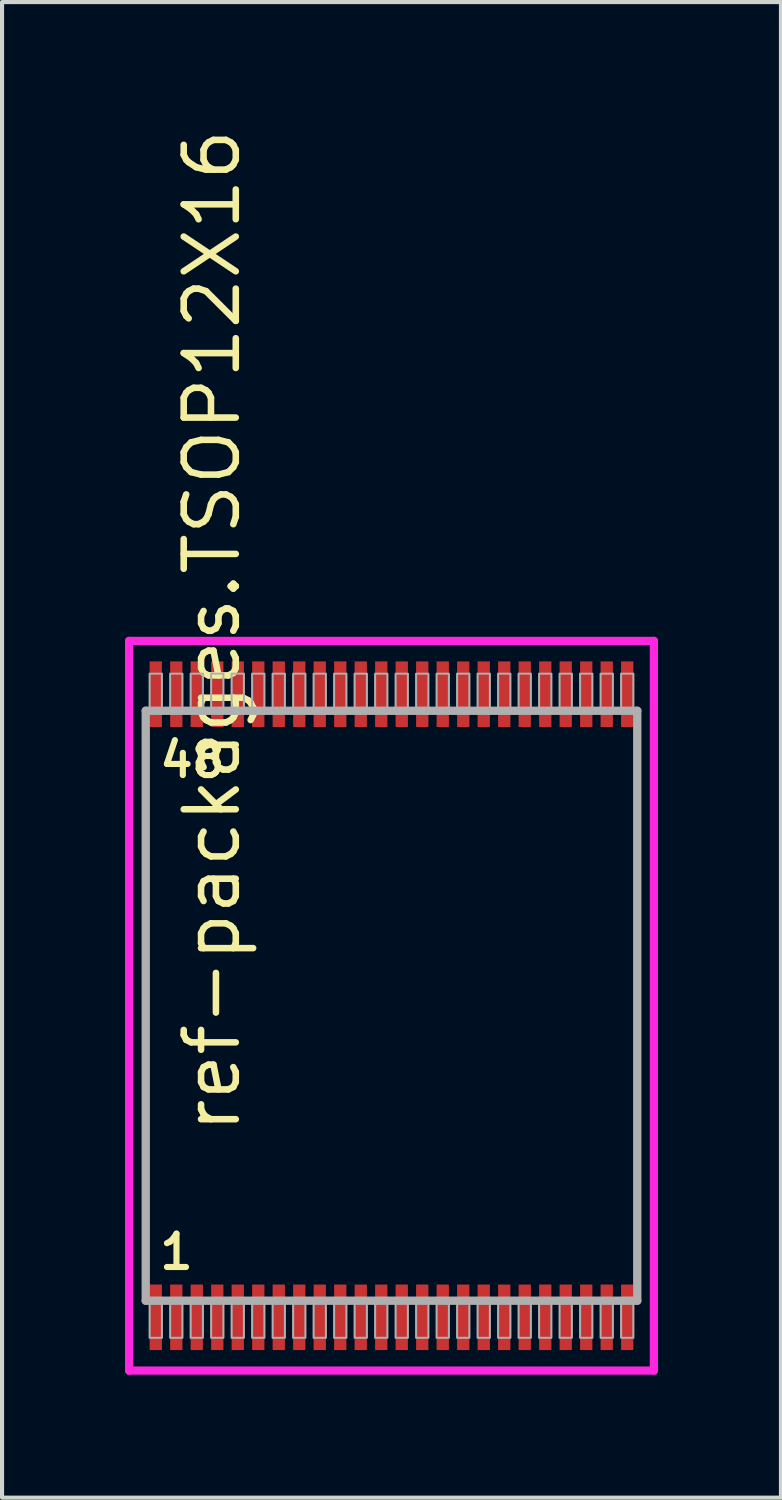
<source format=kicad_pcb>
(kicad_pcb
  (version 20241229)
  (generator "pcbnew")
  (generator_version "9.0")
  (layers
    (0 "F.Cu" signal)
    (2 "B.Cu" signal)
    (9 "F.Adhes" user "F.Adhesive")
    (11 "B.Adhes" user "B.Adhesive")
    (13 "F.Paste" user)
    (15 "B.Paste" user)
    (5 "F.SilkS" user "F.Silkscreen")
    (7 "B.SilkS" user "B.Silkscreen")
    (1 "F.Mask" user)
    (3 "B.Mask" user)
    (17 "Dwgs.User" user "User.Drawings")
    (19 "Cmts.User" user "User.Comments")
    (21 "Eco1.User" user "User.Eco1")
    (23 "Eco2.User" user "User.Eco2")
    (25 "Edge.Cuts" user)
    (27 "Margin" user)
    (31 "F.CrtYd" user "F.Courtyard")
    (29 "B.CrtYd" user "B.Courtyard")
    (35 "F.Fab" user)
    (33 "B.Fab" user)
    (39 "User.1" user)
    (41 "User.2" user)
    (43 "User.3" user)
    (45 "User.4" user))
  (footprint "ref-packages.TSOP12X16"
    (layer "F.Cu")
    (at 6.5 21.483)
    (property "Reference" "ref-packages.TSOP12X16" (at -3.635 3.175 90) (layer "F.SilkS") (effects (font (size 1.27 1.27) (thickness 0.16)) (justify left bottom)))
    (attr smd)
    (fp_line (start -6.4 -8.9) (end 6.4 -8.9) (stroke (width 0.2) (type default)) (layer "F.CrtYd"))
    (fp_line (start -6.4 8.9) (end -6.4 -8.9) (stroke (width 0.2) (type default)) (layer "F.CrtYd"))
    (fp_line (start 6.4 -8.9) (end 6.4 8.9) (stroke (width 0.2) (type default)) (layer "F.CrtYd"))
    (fp_line (start 6.4 8.9) (end -6.4 8.9) (stroke (width 0.2) (type default)) (layer "F.CrtYd"))
    (fp_line (start -5.995 -7.195) (end 5.995 -7.195) (stroke (width 0.203) (type default)) (layer "F.Fab"))
    (fp_line (start -5.995 7.195) (end -5.995 -7.195) (stroke (width 0.203) (type default)) (layer "F.Fab"))
    (fp_line (start 5.995 -7.195) (end 5.995 7.195) (stroke (width 0.203) (type default)) (layer "F.Fab"))
    (fp_line (start 5.995 7.195) (end -5.995 7.195) (stroke (width 0.203) (type default)) (layer "F.Fab"))
    (fp_rect (start -5.9 -7.25) (end -5.6 -8.1) (stroke (width 0.05) (type default)) (fill no) (layer "F.Fab"))
    (fp_rect (start -5.9 8.1) (end -5.6 7.25) (stroke (width 0.05) (type default)) (fill no) (layer "F.Fab"))
    (fp_rect (start -5.4 -7.25) (end -5.1 -8.1) (stroke (width 0.05) (type default)) (fill no) (layer "F.Fab"))
    (fp_rect (start -5.4 8.1) (end -5.1 7.25) (stroke (width 0.05) (type default)) (fill no) (layer "F.Fab"))
    (fp_rect (start -4.9 -7.25) (end -4.6 -8.1) (stroke (width 0.05) (type default)) (fill no) (layer "F.Fab"))
    (fp_rect (start -4.9 8.1) (end -4.6 7.25) (stroke (width 0.05) (type default)) (fill no) (layer "F.Fab"))
    (fp_rect (start -4.4 -7.25) (end -4.1 -8.1) (stroke (width 0.05) (type default)) (fill no) (layer "F.Fab"))
    (fp_rect (start -4.4 8.1) (end -4.1 7.25) (stroke (width 0.05) (type default)) (fill no) (layer "F.Fab"))
    (fp_rect (start -3.9 -7.25) (end -3.6 -8.1) (stroke (width 0.05) (type default)) (fill no) (layer "F.Fab"))
    (fp_rect (start -3.9 8.1) (end -3.6 7.25) (stroke (width 0.05) (type default)) (fill no) (layer "F.Fab"))
    (fp_rect (start -3.4 -7.25) (end -3.1 -8.1) (stroke (width 0.05) (type default)) (fill no) (layer "F.Fab"))
    (fp_rect (start -3.4 8.1) (end -3.1 7.25) (stroke (width 0.05) (type default)) (fill no) (layer "F.Fab"))
    (fp_rect (start -2.9 -7.25) (end -2.6 -8.1) (stroke (width 0.05) (type default)) (fill no) (layer "F.Fab"))
    (fp_rect (start -2.9 8.1) (end -2.6 7.25) (stroke (width 0.05) (type default)) (fill no) (layer "F.Fab"))
    (fp_rect (start -2.4 -7.25) (end -2.1 -8.1) (stroke (width 0.05) (type default)) (fill no) (layer "F.Fab"))
    (fp_rect (start -2.4 8.1) (end -2.1 7.25) (stroke (width 0.05) (type default)) (fill no) (layer "F.Fab"))
    (fp_rect (start -1.9 -7.25) (end -1.6 -8.1) (stroke (width 0.05) (type default)) (fill no) (layer "F.Fab"))
    (fp_rect (start -1.9 8.1) (end -1.6 7.25) (stroke (width 0.05) (type default)) (fill no) (layer "F.Fab"))
    (fp_rect (start -1.4 -7.25) (end -1.1 -8.1) (stroke (width 0.05) (type default)) (fill no) (layer "F.Fab"))
    (fp_rect (start -1.4 8.1) (end -1.1 7.25) (stroke (width 0.05) (type default)) (fill no) (layer "F.Fab"))
    (fp_rect (start -0.9 -7.25) (end -0.6 -8.1) (stroke (width 0.05) (type default)) (fill no) (layer "F.Fab"))
    (fp_rect (start -0.9 8.1) (end -0.6 7.25) (stroke (width 0.05) (type default)) (fill no) (layer "F.Fab"))
    (fp_rect (start -0.4 -7.25) (end -0.1 -8.1) (stroke (width 0.05) (type default)) (fill no) (layer "F.Fab"))
    (fp_rect (start -0.4 8.1) (end -0.1 7.25) (stroke (width 0.05) (type default)) (fill no) (layer "F.Fab"))
    (fp_rect (start 0.1 -7.25) (end 0.4 -8.1) (stroke (width 0.05) (type default)) (fill no) (layer "F.Fab"))
    (fp_rect (start 0.1 8.1) (end 0.4 7.25) (stroke (width 0.05) (type default)) (fill no) (layer "F.Fab"))
    (fp_rect (start 0.6 -7.25) (end 0.9 -8.1) (stroke (width 0.05) (type default)) (fill no) (layer "F.Fab"))
    (fp_rect (start 0.6 8.1) (end 0.9 7.25) (stroke (width 0.05) (type default)) (fill no) (layer "F.Fab"))
    (fp_rect (start 1.1 -7.25) (end 1.4 -8.1) (stroke (width 0.05) (type default)) (fill no) (layer "F.Fab"))
    (fp_rect (start 1.1 8.1) (end 1.4 7.25) (stroke (width 0.05) (type default)) (fill no) (layer "F.Fab"))
    (fp_rect (start 1.6 -7.25) (end 1.9 -8.1) (stroke (width 0.05) (type default)) (fill no) (layer "F.Fab"))
    (fp_rect (start 1.6 8.1) (end 1.9 7.25) (stroke (width 0.05) (type default)) (fill no) (layer "F.Fab"))
    (fp_rect (start 2.1 -7.25) (end 2.4 -8.1) (stroke (width 0.05) (type default)) (fill no) (layer "F.Fab"))
    (fp_rect (start 2.1 8.1) (end 2.4 7.25) (stroke (width 0.05) (type default)) (fill no) (layer "F.Fab"))
    (fp_rect (start 2.6 -7.25) (end 2.9 -8.1) (stroke (width 0.05) (type default)) (fill no) (layer "F.Fab"))
    (fp_rect (start 2.6 8.1) (end 2.9 7.25) (stroke (width 0.05) (type default)) (fill no) (layer "F.Fab"))
    (fp_rect (start 3.1 -7.25) (end 3.4 -8.1) (stroke (width 0.05) (type default)) (fill no) (layer "F.Fab"))
    (fp_rect (start 3.1 8.1) (end 3.4 7.25) (stroke (width 0.05) (type default)) (fill no) (layer "F.Fab"))
    (fp_rect (start 3.6 -7.25) (end 3.9 -8.1) (stroke (width 0.05) (type default)) (fill no) (layer "F.Fab"))
    (fp_rect (start 3.6 8.1) (end 3.9 7.25) (stroke (width 0.05) (type default)) (fill no) (layer "F.Fab"))
    (fp_rect (start 4.1 -7.25) (end 4.4 -8.1) (stroke (width 0.05) (type default)) (fill no) (layer "F.Fab"))
    (fp_rect (start 4.1 8.1) (end 4.4 7.25) (stroke (width 0.05) (type default)) (fill no) (layer "F.Fab"))
    (fp_rect (start 4.6 -7.25) (end 4.9 -8.1) (stroke (width 0.05) (type default)) (fill no) (layer "F.Fab"))
    (fp_rect (start 4.6 8.1) (end 4.9 7.25) (stroke (width 0.05) (type default)) (fill no) (layer "F.Fab"))
    (fp_rect (start 5.1 -7.25) (end 5.4 -8.1) (stroke (width 0.05) (type default)) (fill no) (layer "F.Fab"))
    (fp_rect (start 5.1 8.1) (end 5.4 7.25) (stroke (width 0.05) (type default)) (fill no) (layer "F.Fab"))
    (fp_rect (start 5.6 -7.25) (end 5.9 -8.1) (stroke (width 0.05) (type default)) (fill no) (layer "F.Fab"))
    (fp_rect (start 5.6 8.1) (end 5.9 7.25) (stroke (width 0.05) (type default)) (fill no) (layer "F.Fab"))
    (fp_text user "48" (at -5.731 -5.52 0) (layer "F.SilkS") (effects (font (size 0.813 0.813) (thickness 0.15)) (justify left bottom)))
    (fp_text user "1" (at -5.731 6.48 0) (layer "F.SilkS") (effects (font (size 0.813 0.813) (thickness 0.15)) (justify left bottom)))
    (pad "1" smd roundrect (at -5.75 7.6) (size 0.3 1.6) (layers "F.Cu" "F.Mask" "F.Paste") (roundrect_rratio 0.01))
    (pad "2" smd roundrect (at -5.25 7.6) (size 0.3 1.6) (layers "F.Cu" "F.Mask" "F.Paste") (roundrect_rratio 0.01))
    (pad "3" smd roundrect (at -4.75 7.6) (size 0.3 1.6) (layers "F.Cu" "F.Mask" "F.Paste") (roundrect_rratio 0.01))
    (pad "4" smd roundrect (at -4.25 7.6) (size 0.3 1.6) (layers "F.Cu" "F.Mask" "F.Paste") (roundrect_rratio 0.01))
    (pad "5" smd roundrect (at -3.75 7.6) (size 0.3 1.6) (layers "F.Cu" "F.Mask" "F.Paste") (roundrect_rratio 0.01))
    (pad "6" smd roundrect (at -3.25 7.6) (size 0.3 1.6) (layers "F.Cu" "F.Mask" "F.Paste") (roundrect_rratio 0.01))
    (pad "7" smd roundrect (at -2.75 7.6) (size 0.3 1.6) (layers "F.Cu" "F.Mask" "F.Paste") (roundrect_rratio 0.01))
    (pad "8" smd roundrect (at -2.25 7.6) (size 0.3 1.6) (layers "F.Cu" "F.Mask" "F.Paste") (roundrect_rratio 0.01))
    (pad "9" smd roundrect (at -1.75 7.6) (size 0.3 1.6) (layers "F.Cu" "F.Mask" "F.Paste") (roundrect_rratio 0.01))
    (pad "10" smd roundrect (at -1.25 7.6) (size 0.3 1.6) (layers "F.Cu" "F.Mask" "F.Paste") (roundrect_rratio 0.01))
    (pad "11" smd roundrect (at -0.75 7.6) (size 0.3 1.6) (layers "F.Cu" "F.Mask" "F.Paste") (roundrect_rratio 0.01))
    (pad "12" smd roundrect (at -0.25 7.6) (size 0.3 1.6) (layers "F.Cu" "F.Mask" "F.Paste") (roundrect_rratio 0.01))
    (pad "13" smd roundrect (at 0.25 7.6) (size 0.3 1.6) (layers "F.Cu" "F.Mask" "F.Paste") (roundrect_rratio 0.01))
    (pad "14" smd roundrect (at 0.75 7.6) (size 0.3 1.6) (layers "F.Cu" "F.Mask" "F.Paste") (roundrect_rratio 0.01))
    (pad "15" smd roundrect (at 1.25 7.6) (size 0.3 1.6) (layers "F.Cu" "F.Mask" "F.Paste") (roundrect_rratio 0.01))
    (pad "16" smd roundrect (at 1.75 7.6) (size 0.3 1.6) (layers "F.Cu" "F.Mask" "F.Paste") (roundrect_rratio 0.01))
    (pad "17" smd roundrect (at 2.25 7.6) (size 0.3 1.6) (layers "F.Cu" "F.Mask" "F.Paste") (roundrect_rratio 0.01))
    (pad "18" smd roundrect (at 2.75 7.6) (size 0.3 1.6) (layers "F.Cu" "F.Mask" "F.Paste") (roundrect_rratio 0.01))
    (pad "19" smd roundrect (at 3.25 7.6) (size 0.3 1.6) (layers "F.Cu" "F.Mask" "F.Paste") (roundrect_rratio 0.01))
    (pad "20" smd roundrect (at 3.75 7.6) (size 0.3 1.6) (layers "F.Cu" "F.Mask" "F.Paste") (roundrect_rratio 0.01))
    (pad "21" smd roundrect (at 4.25 7.6) (size 0.3 1.6) (layers "F.Cu" "F.Mask" "F.Paste") (roundrect_rratio 0.01))
    (pad "22" smd roundrect (at 4.75 7.6) (size 0.3 1.6) (layers "F.Cu" "F.Mask" "F.Paste") (roundrect_rratio 0.01))
    (pad "23" smd roundrect (at 5.25 7.6) (size 0.3 1.6) (layers "F.Cu" "F.Mask" "F.Paste") (roundrect_rratio 0.01))
    (pad "24" smd roundrect (at 5.75 7.6) (size 0.3 1.6) (layers "F.Cu" "F.Mask" "F.Paste") (roundrect_rratio 0.01))
    (pad "25" smd roundrect (at 5.75 -7.6) (size 0.3 1.6) (layers "F.Cu" "F.Mask" "F.Paste") (roundrect_rratio 0.01))
    (pad "26" smd roundrect (at 5.25 -7.6) (size 0.3 1.6) (layers "F.Cu" "F.Mask" "F.Paste") (roundrect_rratio 0.01))
    (pad "27" smd roundrect (at 4.75 -7.6) (size 0.3 1.6) (layers "F.Cu" "F.Mask" "F.Paste") (roundrect_rratio 0.01))
    (pad "28" smd roundrect (at 4.25 -7.6) (size 0.3 1.6) (layers "F.Cu" "F.Mask" "F.Paste") (roundrect_rratio 0.01))
    (pad "29" smd roundrect (at 3.75 -7.6) (size 0.3 1.6) (layers "F.Cu" "F.Mask" "F.Paste") (roundrect_rratio 0.01))
    (pad "30" smd roundrect (at 3.25 -7.6) (size 0.3 1.6) (layers "F.Cu" "F.Mask" "F.Paste") (roundrect_rratio 0.01))
    (pad "31" smd roundrect (at 2.75 -7.6) (size 0.3 1.6) (layers "F.Cu" "F.Mask" "F.Paste") (roundrect_rratio 0.01))
    (pad "32" smd roundrect (at 2.25 -7.6) (size 0.3 1.6) (layers "F.Cu" "F.Mask" "F.Paste") (roundrect_rratio 0.01))
    (pad "33" smd roundrect (at 1.75 -7.6) (size 0.3 1.6) (layers "F.Cu" "F.Mask" "F.Paste") (roundrect_rratio 0.01))
    (pad "34" smd roundrect (at 1.25 -7.6) (size 0.3 1.6) (layers "F.Cu" "F.Mask" "F.Paste") (roundrect_rratio 0.01))
    (pad "35" smd roundrect (at 0.75 -7.6) (size 0.3 1.6) (layers "F.Cu" "F.Mask" "F.Paste") (roundrect_rratio 0.01))
    (pad "36" smd roundrect (at 0.25 -7.6) (size 0.3 1.6) (layers "F.Cu" "F.Mask" "F.Paste") (roundrect_rratio 0.01))
    (pad "37" smd roundrect (at -0.25 -7.6) (size 0.3 1.6) (layers "F.Cu" "F.Mask" "F.Paste") (roundrect_rratio 0.01))
    (pad "38" smd roundrect (at -0.75 -7.6) (size 0.3 1.6) (layers "F.Cu" "F.Mask" "F.Paste") (roundrect_rratio 0.01))
    (pad "39" smd roundrect (at -1.25 -7.6) (size 0.3 1.6) (layers "F.Cu" "F.Mask" "F.Paste") (roundrect_rratio 0.01))
    (pad "40" smd roundrect (at -1.75 -7.6) (size 0.3 1.6) (layers "F.Cu" "F.Mask" "F.Paste") (roundrect_rratio 0.01))
    (pad "41" smd roundrect (at -2.25 -7.6) (size 0.3 1.6) (layers "F.Cu" "F.Mask" "F.Paste") (roundrect_rratio 0.01))
    (pad "42" smd roundrect (at -2.75 -7.6) (size 0.3 1.6) (layers "F.Cu" "F.Mask" "F.Paste") (roundrect_rratio 0.01))
    (pad "43" smd roundrect (at -3.25 -7.6) (size 0.3 1.6) (layers "F.Cu" "F.Mask" "F.Paste") (roundrect_rratio 0.01))
    (pad "44" smd roundrect (at -3.75 -7.6) (size 0.3 1.6) (layers "F.Cu" "F.Mask" "F.Paste") (roundrect_rratio 0.01))
    (pad "45" smd roundrect (at -4.25 -7.6) (size 0.3 1.6) (layers "F.Cu" "F.Mask" "F.Paste") (roundrect_rratio 0.01))
    (pad "46" smd roundrect (at -4.75 -7.6) (size 0.3 1.6) (layers "F.Cu" "F.Mask" "F.Paste") (roundrect_rratio 0.01))
    (pad "47" smd roundrect (at -5.25 -7.6) (size 0.3 1.6) (layers "F.Cu" "F.Mask" "F.Paste") (roundrect_rratio 0.01))
    (pad "48" smd roundrect (at -5.75 -7.6) (size 0.3 1.6) (layers "F.Cu" "F.Mask" "F.Paste") (roundrect_rratio 0.01)))
  (gr_rect
    (start -3 -3)
    (end 16 33.483)
    (stroke (width 0.1) (type default))
    (fill no)
    (layer "Edge.Cuts")))
</source>
